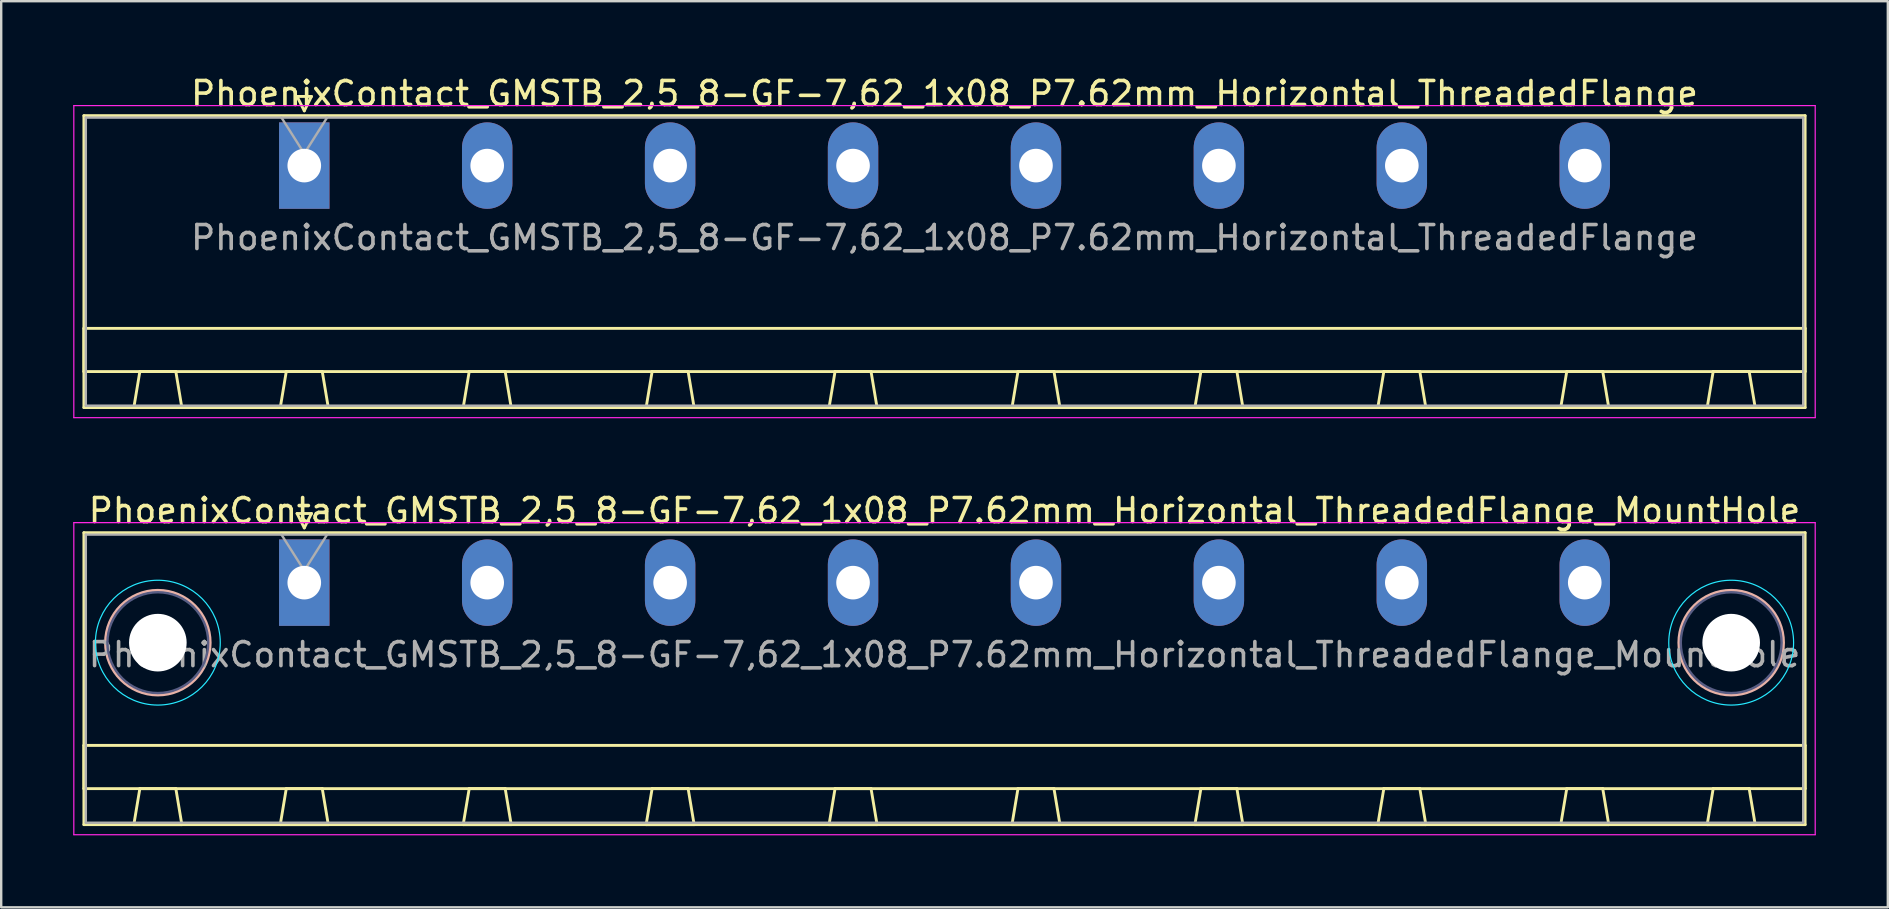
<source format=kicad_pcb>
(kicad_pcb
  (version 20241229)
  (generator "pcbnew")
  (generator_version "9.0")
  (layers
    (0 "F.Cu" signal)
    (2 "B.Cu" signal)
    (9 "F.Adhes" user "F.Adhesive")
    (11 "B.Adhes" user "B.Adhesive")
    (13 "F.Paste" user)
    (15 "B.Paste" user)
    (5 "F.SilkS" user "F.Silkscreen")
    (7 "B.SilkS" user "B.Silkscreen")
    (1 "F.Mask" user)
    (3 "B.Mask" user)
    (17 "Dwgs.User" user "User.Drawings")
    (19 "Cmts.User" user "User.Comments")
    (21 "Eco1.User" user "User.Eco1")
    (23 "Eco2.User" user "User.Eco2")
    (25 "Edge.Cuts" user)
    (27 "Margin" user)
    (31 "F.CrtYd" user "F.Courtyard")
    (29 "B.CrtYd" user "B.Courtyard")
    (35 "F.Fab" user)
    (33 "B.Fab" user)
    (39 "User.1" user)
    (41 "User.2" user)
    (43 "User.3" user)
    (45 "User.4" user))
  (footprint "PhoenixContact_GMSTB_2,5_8-GF-7,62_1x08_P7.62mm_Horizontal_ThreadedFlange_MountHole"
    (layer "F.Cu")
    (at 9.625 21.221)
    (property "Reference" "PhoenixContact_GMSTB_2,5_8-GF-7,62_1x08_P7.62mm_Horizontal_ThreadedFlange_MountHole" (at 26.67 -3 0) (layer "F.SilkS") (effects (font (size 1 1) (thickness 0.15))))
    (attr through_hole)
    (fp_line (start -9.18 -2.08) (end -9.18 10.08) (stroke (width 0.12) (type solid)) (layer "F.SilkS"))
    (fp_line (start -9.18 6.78) (end 62.52 6.78) (stroke (width 0.12) (type solid)) (layer "F.SilkS"))
    (fp_line (start -9.18 8.58) (end -9.18 6.78) (stroke (width 0.12) (type solid)) (layer "F.SilkS"))
    (fp_line (start -9.18 10.08) (end 62.52 10.08) (stroke (width 0.12) (type solid)) (layer "F.SilkS"))
    (fp_line (start -7.1 10.08) (end -5.1 10.08) (stroke (width 0.12) (type solid)) (layer "F.SilkS"))
    (fp_line (start -6.85 8.58) (end -7.1 10.08) (stroke (width 0.12) (type solid)) (layer "F.SilkS"))
    (fp_line (start -5.35 8.58) (end -6.85 8.58) (stroke (width 0.12) (type solid)) (layer "F.SilkS"))
    (fp_line (start -5.1 10.08) (end -5.35 8.58) (stroke (width 0.12) (type solid)) (layer "F.SilkS"))
    (fp_line (start -1 10.08) (end 1 10.08) (stroke (width 0.12) (type solid)) (layer "F.SilkS"))
    (fp_line (start -0.75 8.58) (end -1 10.08) (stroke (width 0.12) (type solid)) (layer "F.SilkS"))
    (fp_line (start -0.3 -2.88) (end 0.3 -2.88) (stroke (width 0.12) (type solid)) (layer "F.SilkS"))
    (fp_line (start 0 -2.28) (end -0.3 -2.88) (stroke (width 0.12) (type solid)) (layer "F.SilkS"))
    (fp_line (start 0.3 -2.88) (end 0 -2.28) (stroke (width 0.12) (type solid)) (layer "F.SilkS"))
    (fp_line (start 0.75 8.58) (end -0.75 8.58) (stroke (width 0.12) (type solid)) (layer "F.SilkS"))
    (fp_line (start 1 10.08) (end 0.75 8.58) (stroke (width 0.12) (type solid)) (layer "F.SilkS"))
    (fp_line (start 6.62 10.08) (end 8.62 10.08) (stroke (width 0.12) (type solid)) (layer "F.SilkS"))
    (fp_line (start 6.87 8.58) (end 6.62 10.08) (stroke (width 0.12) (type solid)) (layer "F.SilkS"))
    (fp_line (start 8.37 8.58) (end 6.87 8.58) (stroke (width 0.12) (type solid)) (layer "F.SilkS"))
    (fp_line (start 8.62 10.08) (end 8.37 8.58) (stroke (width 0.12) (type solid)) (layer "F.SilkS"))
    (fp_line (start 14.24 10.08) (end 16.24 10.08) (stroke (width 0.12) (type solid)) (layer "F.SilkS"))
    (fp_line (start 14.49 8.58) (end 14.24 10.08) (stroke (width 0.12) (type solid)) (layer "F.SilkS"))
    (fp_line (start 15.99 8.58) (end 14.49 8.58) (stroke (width 0.12) (type solid)) (layer "F.SilkS"))
    (fp_line (start 16.24 10.08) (end 15.99 8.58) (stroke (width 0.12) (type solid)) (layer "F.SilkS"))
    (fp_line (start 21.86 10.08) (end 23.86 10.08) (stroke (width 0.12) (type solid)) (layer "F.SilkS"))
    (fp_line (start 22.11 8.58) (end 21.86 10.08) (stroke (width 0.12) (type solid)) (layer "F.SilkS"))
    (fp_line (start 23.61 8.58) (end 22.11 8.58) (stroke (width 0.12) (type solid)) (layer "F.SilkS"))
    (fp_line (start 23.86 10.08) (end 23.61 8.58) (stroke (width 0.12) (type solid)) (layer "F.SilkS"))
    (fp_line (start 29.48 10.08) (end 31.48 10.08) (stroke (width 0.12) (type solid)) (layer "F.SilkS"))
    (fp_line (start 29.73 8.58) (end 29.48 10.08) (stroke (width 0.12) (type solid)) (layer "F.SilkS"))
    (fp_line (start 31.23 8.58) (end 29.73 8.58) (stroke (width 0.12) (type solid)) (layer "F.SilkS"))
    (fp_line (start 31.48 10.08) (end 31.23 8.58) (stroke (width 0.12) (type solid)) (layer "F.SilkS"))
    (fp_line (start 37.1 10.08) (end 39.1 10.08) (stroke (width 0.12) (type solid)) (layer "F.SilkS"))
    (fp_line (start 37.35 8.58) (end 37.1 10.08) (stroke (width 0.12) (type solid)) (layer "F.SilkS"))
    (fp_line (start 38.85 8.58) (end 37.35 8.58) (stroke (width 0.12) (type solid)) (layer "F.SilkS"))
    (fp_line (start 39.1 10.08) (end 38.85 8.58) (stroke (width 0.12) (type solid)) (layer "F.SilkS"))
    (fp_line (start 44.72 10.08) (end 46.72 10.08) (stroke (width 0.12) (type solid)) (layer "F.SilkS"))
    (fp_line (start 44.97 8.58) (end 44.72 10.08) (stroke (width 0.12) (type solid)) (layer "F.SilkS"))
    (fp_line (start 46.47 8.58) (end 44.97 8.58) (stroke (width 0.12) (type solid)) (layer "F.SilkS"))
    (fp_line (start 46.72 10.08) (end 46.47 8.58) (stroke (width 0.12) (type solid)) (layer "F.SilkS"))
    (fp_line (start 52.34 10.08) (end 54.34 10.08) (stroke (width 0.12) (type solid)) (layer "F.SilkS"))
    (fp_line (start 52.59 8.58) (end 52.34 10.08) (stroke (width 0.12) (type solid)) (layer "F.SilkS"))
    (fp_line (start 54.09 8.58) (end 52.59 8.58) (stroke (width 0.12) (type solid)) (layer "F.SilkS"))
    (fp_line (start 54.34 10.08) (end 54.09 8.58) (stroke (width 0.12) (type solid)) (layer "F.SilkS"))
    (fp_line (start 58.44 10.08) (end 60.44 10.08) (stroke (width 0.12) (type solid)) (layer "F.SilkS"))
    (fp_line (start 58.69 8.58) (end 58.44 10.08) (stroke (width 0.12) (type solid)) (layer "F.SilkS"))
    (fp_line (start 60.19 8.58) (end 58.69 8.58) (stroke (width 0.12) (type solid)) (layer "F.SilkS"))
    (fp_line (start 60.44 10.08) (end 60.19 8.58) (stroke (width 0.12) (type solid)) (layer "F.SilkS"))
    (fp_line (start 62.52 -2.08) (end -9.18 -2.08) (stroke (width 0.12) (type solid)) (layer "F.SilkS"))
    (fp_line (start 62.52 6.78) (end 62.52 8.58) (stroke (width 0.12) (type solid)) (layer "F.SilkS"))
    (fp_line (start 62.52 8.58) (end -9.18 8.58) (stroke (width 0.12) (type solid)) (layer "F.SilkS"))
    (fp_line (start 62.52 10.08) (end 62.52 -2.08) (stroke (width 0.12) (type solid)) (layer "F.SilkS"))
    (fp_circle (center -6.1 2.5) (end -3.92 2.5) (stroke (width 0.12) (type solid)) (fill no) (layer "B.SilkS"))
    (fp_circle (center 59.44 2.5) (end 61.62 2.5) (stroke (width 0.12) (type solid)) (fill no) (layer "B.SilkS"))
    (fp_circle (center -6.1 2.5) (end -3.5 2.5) (stroke (width 0.05) (type solid)) (fill no) (layer "B.CrtYd"))
    (fp_circle (center 59.44 2.5) (end 62.04 2.5) (stroke (width 0.05) (type solid)) (fill no) (layer "B.CrtYd"))
    (fp_line (start -9.6 -2.5) (end -9.6 10.5) (stroke (width 0.05) (type solid)) (layer "F.CrtYd"))
    (fp_line (start -9.6 10.5) (end 62.94 10.5) (stroke (width 0.05) (type solid)) (layer "F.CrtYd"))
    (fp_line (start 62.94 -2.5) (end -9.6 -2.5) (stroke (width 0.05) (type solid)) (layer "F.CrtYd"))
    (fp_line (start 62.94 10.5) (end 62.94 -2.5) (stroke (width 0.05) (type solid)) (layer "F.CrtYd"))
    (fp_circle (center -6.1 2.5) (end -4 2.5) (stroke (width 0.1) (type solid)) (fill no) (layer "B.Fab"))
    (fp_circle (center 59.44 2.5) (end 61.54 2.5) (stroke (width 0.1) (type solid)) (fill no) (layer "B.Fab"))
    (fp_line (start -9.1 -2) (end -9.1 10) (stroke (width 0.1) (type solid)) (layer "F.Fab"))
    (fp_line (start -9.1 10) (end 62.44 10) (stroke (width 0.1) (type solid)) (layer "F.Fab"))
    (fp_line (start 0 -0.5) (end -0.95 -2) (stroke (width 0.1) (type solid)) (layer "F.Fab"))
    (fp_line (start 0.95 -2) (end 0 -0.5) (stroke (width 0.1) (type solid)) (layer "F.Fab"))
    (fp_line (start 62.44 -2) (end -9.1 -2) (stroke (width 0.1) (type solid)) (layer "F.Fab"))
    (fp_line (start 62.44 10) (end 62.44 -2) (stroke (width 0.1) (type solid)) (layer "F.Fab"))
    (fp_text user "${REFERENCE}" (at 26.67 3 0) (layer "F.Fab") (effects (font (size 1 1) (thickness 0.15))))
    (pad "" np_thru_hole circle (at -6.1 2.5) (size 2.4 2.4) (drill 2.4) (layers "*.Cu" "*.Mask"))
    (pad "" np_thru_hole circle (at 59.44 2.5) (size 2.4 2.4) (drill 2.4) (layers "*.Cu" "*.Mask"))
    (pad "1" thru_hole rect (at 0 0) (size 2.1 3.6) (drill 1.4) (layers "*.Cu" "*.Mask"))
    (pad "2" thru_hole oval (at 7.62 0) (size 2.1 3.6) (drill 1.4) (layers "*.Cu" "*.Mask"))
    (pad "3" thru_hole oval (at 15.24 0) (size 2.1 3.6) (drill 1.4) (layers "*.Cu" "*.Mask"))
    (pad "4" thru_hole oval (at 22.86 0) (size 2.1 3.6) (drill 1.4) (layers "*.Cu" "*.Mask"))
    (pad "5" thru_hole oval (at 30.48 0) (size 2.1 3.6) (drill 1.4) (layers "*.Cu" "*.Mask"))
    (pad "6" thru_hole oval (at 38.1 0) (size 2.1 3.6) (drill 1.4) (layers "*.Cu" "*.Mask"))
    (pad "7" thru_hole oval (at 45.72 0) (size 2.1 3.6) (drill 1.4) (layers "*.Cu" "*.Mask"))
    (pad "8" thru_hole oval (at 53.34 0) (size 2.1 3.6) (drill 1.4) (layers "*.Cu" "*.Mask")))
  (footprint "PhoenixContact_GMSTB_2,5_8-GF-7,62_1x08_P7.62mm_Horizontal_ThreadedFlange"
    (layer "F.Cu")
    (at 9.625 3.848)
    (property "Reference" "PhoenixContact_GMSTB_2,5_8-GF-7,62_1x08_P7.62mm_Horizontal_ThreadedFlange" (at 26.67 -3 0) (layer "F.SilkS") (effects (font (size 1 1) (thickness 0.15))))
    (attr through_hole)
    (fp_line (start -9.18 -2.08) (end -9.18 10.08) (stroke (width 0.12) (type solid)) (layer "F.SilkS"))
    (fp_line (start -9.18 6.78) (end 62.52 6.78) (stroke (width 0.12) (type solid)) (layer "F.SilkS"))
    (fp_line (start -9.18 8.58) (end -9.18 6.78) (stroke (width 0.12) (type solid)) (layer "F.SilkS"))
    (fp_line (start -9.18 10.08) (end 62.52 10.08) (stroke (width 0.12) (type solid)) (layer "F.SilkS"))
    (fp_line (start -7.1 10.08) (end -5.1 10.08) (stroke (width 0.12) (type solid)) (layer "F.SilkS"))
    (fp_line (start -6.85 8.58) (end -7.1 10.08) (stroke (width 0.12) (type solid)) (layer "F.SilkS"))
    (fp_line (start -5.35 8.58) (end -6.85 8.58) (stroke (width 0.12) (type solid)) (layer "F.SilkS"))
    (fp_line (start -5.1 10.08) (end -5.35 8.58) (stroke (width 0.12) (type solid)) (layer "F.SilkS"))
    (fp_line (start -1 10.08) (end 1 10.08) (stroke (width 0.12) (type solid)) (layer "F.SilkS"))
    (fp_line (start -0.75 8.58) (end -1 10.08) (stroke (width 0.12) (type solid)) (layer "F.SilkS"))
    (fp_line (start -0.3 -2.88) (end 0.3 -2.88) (stroke (width 0.12) (type solid)) (layer "F.SilkS"))
    (fp_line (start 0 -2.28) (end -0.3 -2.88) (stroke (width 0.12) (type solid)) (layer "F.SilkS"))
    (fp_line (start 0.3 -2.88) (end 0 -2.28) (stroke (width 0.12) (type solid)) (layer "F.SilkS"))
    (fp_line (start 0.75 8.58) (end -0.75 8.58) (stroke (width 0.12) (type solid)) (layer "F.SilkS"))
    (fp_line (start 1 10.08) (end 0.75 8.58) (stroke (width 0.12) (type solid)) (layer "F.SilkS"))
    (fp_line (start 6.62 10.08) (end 8.62 10.08) (stroke (width 0.12) (type solid)) (layer "F.SilkS"))
    (fp_line (start 6.87 8.58) (end 6.62 10.08) (stroke (width 0.12) (type solid)) (layer "F.SilkS"))
    (fp_line (start 8.37 8.58) (end 6.87 8.58) (stroke (width 0.12) (type solid)) (layer "F.SilkS"))
    (fp_line (start 8.62 10.08) (end 8.37 8.58) (stroke (width 0.12) (type solid)) (layer "F.SilkS"))
    (fp_line (start 14.24 10.08) (end 16.24 10.08) (stroke (width 0.12) (type solid)) (layer "F.SilkS"))
    (fp_line (start 14.49 8.58) (end 14.24 10.08) (stroke (width 0.12) (type solid)) (layer "F.SilkS"))
    (fp_line (start 15.99 8.58) (end 14.49 8.58) (stroke (width 0.12) (type solid)) (layer "F.SilkS"))
    (fp_line (start 16.24 10.08) (end 15.99 8.58) (stroke (width 0.12) (type solid)) (layer "F.SilkS"))
    (fp_line (start 21.86 10.08) (end 23.86 10.08) (stroke (width 0.12) (type solid)) (layer "F.SilkS"))
    (fp_line (start 22.11 8.58) (end 21.86 10.08) (stroke (width 0.12) (type solid)) (layer "F.SilkS"))
    (fp_line (start 23.61 8.58) (end 22.11 8.58) (stroke (width 0.12) (type solid)) (layer "F.SilkS"))
    (fp_line (start 23.86 10.08) (end 23.61 8.58) (stroke (width 0.12) (type solid)) (layer "F.SilkS"))
    (fp_line (start 29.48 10.08) (end 31.48 10.08) (stroke (width 0.12) (type solid)) (layer "F.SilkS"))
    (fp_line (start 29.73 8.58) (end 29.48 10.08) (stroke (width 0.12) (type solid)) (layer "F.SilkS"))
    (fp_line (start 31.23 8.58) (end 29.73 8.58) (stroke (width 0.12) (type solid)) (layer "F.SilkS"))
    (fp_line (start 31.48 10.08) (end 31.23 8.58) (stroke (width 0.12) (type solid)) (layer "F.SilkS"))
    (fp_line (start 37.1 10.08) (end 39.1 10.08) (stroke (width 0.12) (type solid)) (layer "F.SilkS"))
    (fp_line (start 37.35 8.58) (end 37.1 10.08) (stroke (width 0.12) (type solid)) (layer "F.SilkS"))
    (fp_line (start 38.85 8.58) (end 37.35 8.58) (stroke (width 0.12) (type solid)) (layer "F.SilkS"))
    (fp_line (start 39.1 10.08) (end 38.85 8.58) (stroke (width 0.12) (type solid)) (layer "F.SilkS"))
    (fp_line (start 44.72 10.08) (end 46.72 10.08) (stroke (width 0.12) (type solid)) (layer "F.SilkS"))
    (fp_line (start 44.97 8.58) (end 44.72 10.08) (stroke (width 0.12) (type solid)) (layer "F.SilkS"))
    (fp_line (start 46.47 8.58) (end 44.97 8.58) (stroke (width 0.12) (type solid)) (layer "F.SilkS"))
    (fp_line (start 46.72 10.08) (end 46.47 8.58) (stroke (width 0.12) (type solid)) (layer "F.SilkS"))
    (fp_line (start 52.34 10.08) (end 54.34 10.08) (stroke (width 0.12) (type solid)) (layer "F.SilkS"))
    (fp_line (start 52.59 8.58) (end 52.34 10.08) (stroke (width 0.12) (type solid)) (layer "F.SilkS"))
    (fp_line (start 54.09 8.58) (end 52.59 8.58) (stroke (width 0.12) (type solid)) (layer "F.SilkS"))
    (fp_line (start 54.34 10.08) (end 54.09 8.58) (stroke (width 0.12) (type solid)) (layer "F.SilkS"))
    (fp_line (start 58.44 10.08) (end 60.44 10.08) (stroke (width 0.12) (type solid)) (layer "F.SilkS"))
    (fp_line (start 58.69 8.58) (end 58.44 10.08) (stroke (width 0.12) (type solid)) (layer "F.SilkS"))
    (fp_line (start 60.19 8.58) (end 58.69 8.58) (stroke (width 0.12) (type solid)) (layer "F.SilkS"))
    (fp_line (start 60.44 10.08) (end 60.19 8.58) (stroke (width 0.12) (type solid)) (layer "F.SilkS"))
    (fp_line (start 62.52 -2.08) (end -9.18 -2.08) (stroke (width 0.12) (type solid)) (layer "F.SilkS"))
    (fp_line (start 62.52 6.78) (end 62.52 8.58) (stroke (width 0.12) (type solid)) (layer "F.SilkS"))
    (fp_line (start 62.52 8.58) (end -9.18 8.58) (stroke (width 0.12) (type solid)) (layer "F.SilkS"))
    (fp_line (start 62.52 10.08) (end 62.52 -2.08) (stroke (width 0.12) (type solid)) (layer "F.SilkS"))
    (fp_line (start -9.6 -2.5) (end -9.6 10.5) (stroke (width 0.05) (type solid)) (layer "F.CrtYd"))
    (fp_line (start -9.6 10.5) (end 62.94 10.5) (stroke (width 0.05) (type solid)) (layer "F.CrtYd"))
    (fp_line (start 62.94 -2.5) (end -9.6 -2.5) (stroke (width 0.05) (type solid)) (layer "F.CrtYd"))
    (fp_line (start 62.94 10.5) (end 62.94 -2.5) (stroke (width 0.05) (type solid)) (layer "F.CrtYd"))
    (fp_line (start -9.1 -2) (end -9.1 10) (stroke (width 0.1) (type solid)) (layer "F.Fab"))
    (fp_line (start -9.1 10) (end 62.44 10) (stroke (width 0.1) (type solid)) (layer "F.Fab"))
    (fp_line (start 0 -0.5) (end -0.95 -2) (stroke (width 0.1) (type solid)) (layer "F.Fab"))
    (fp_line (start 0.95 -2) (end 0 -0.5) (stroke (width 0.1) (type solid)) (layer "F.Fab"))
    (fp_line (start 62.44 -2) (end -9.1 -2) (stroke (width 0.1) (type solid)) (layer "F.Fab"))
    (fp_line (start 62.44 10) (end 62.44 -2) (stroke (width 0.1) (type solid)) (layer "F.Fab"))
    (fp_text user "${REFERENCE}" (at 26.67 3 0) (layer "F.Fab") (effects (font (size 1 1) (thickness 0.15))))
    (pad "1" thru_hole rect (at 0 0) (size 2.1 3.6) (drill 1.4) (layers "*.Cu" "*.Mask"))
    (pad "2" thru_hole oval (at 7.62 0) (size 2.1 3.6) (drill 1.4) (layers "*.Cu" "*.Mask"))
    (pad "3" thru_hole oval (at 15.24 0) (size 2.1 3.6) (drill 1.4) (layers "*.Cu" "*.Mask"))
    (pad "4" thru_hole oval (at 22.86 0) (size 2.1 3.6) (drill 1.4) (layers "*.Cu" "*.Mask"))
    (pad "5" thru_hole oval (at 30.48 0) (size 2.1 3.6) (drill 1.4) (layers "*.Cu" "*.Mask"))
    (pad "6" thru_hole oval (at 38.1 0) (size 2.1 3.6) (drill 1.4) (layers "*.Cu" "*.Mask"))
    (pad "7" thru_hole oval (at 45.72 0) (size 2.1 3.6) (drill 1.4) (layers "*.Cu" "*.Mask"))
    (pad "8" thru_hole oval (at 53.34 0) (size 2.1 3.6) (drill 1.4) (layers "*.Cu" "*.Mask")))
  (gr_rect
    (start -3 -3)
    (end 75.59 34.746)
    (stroke (width 0.1) (type default))
    (fill no)
    (layer "Edge.Cuts")))
</source>
